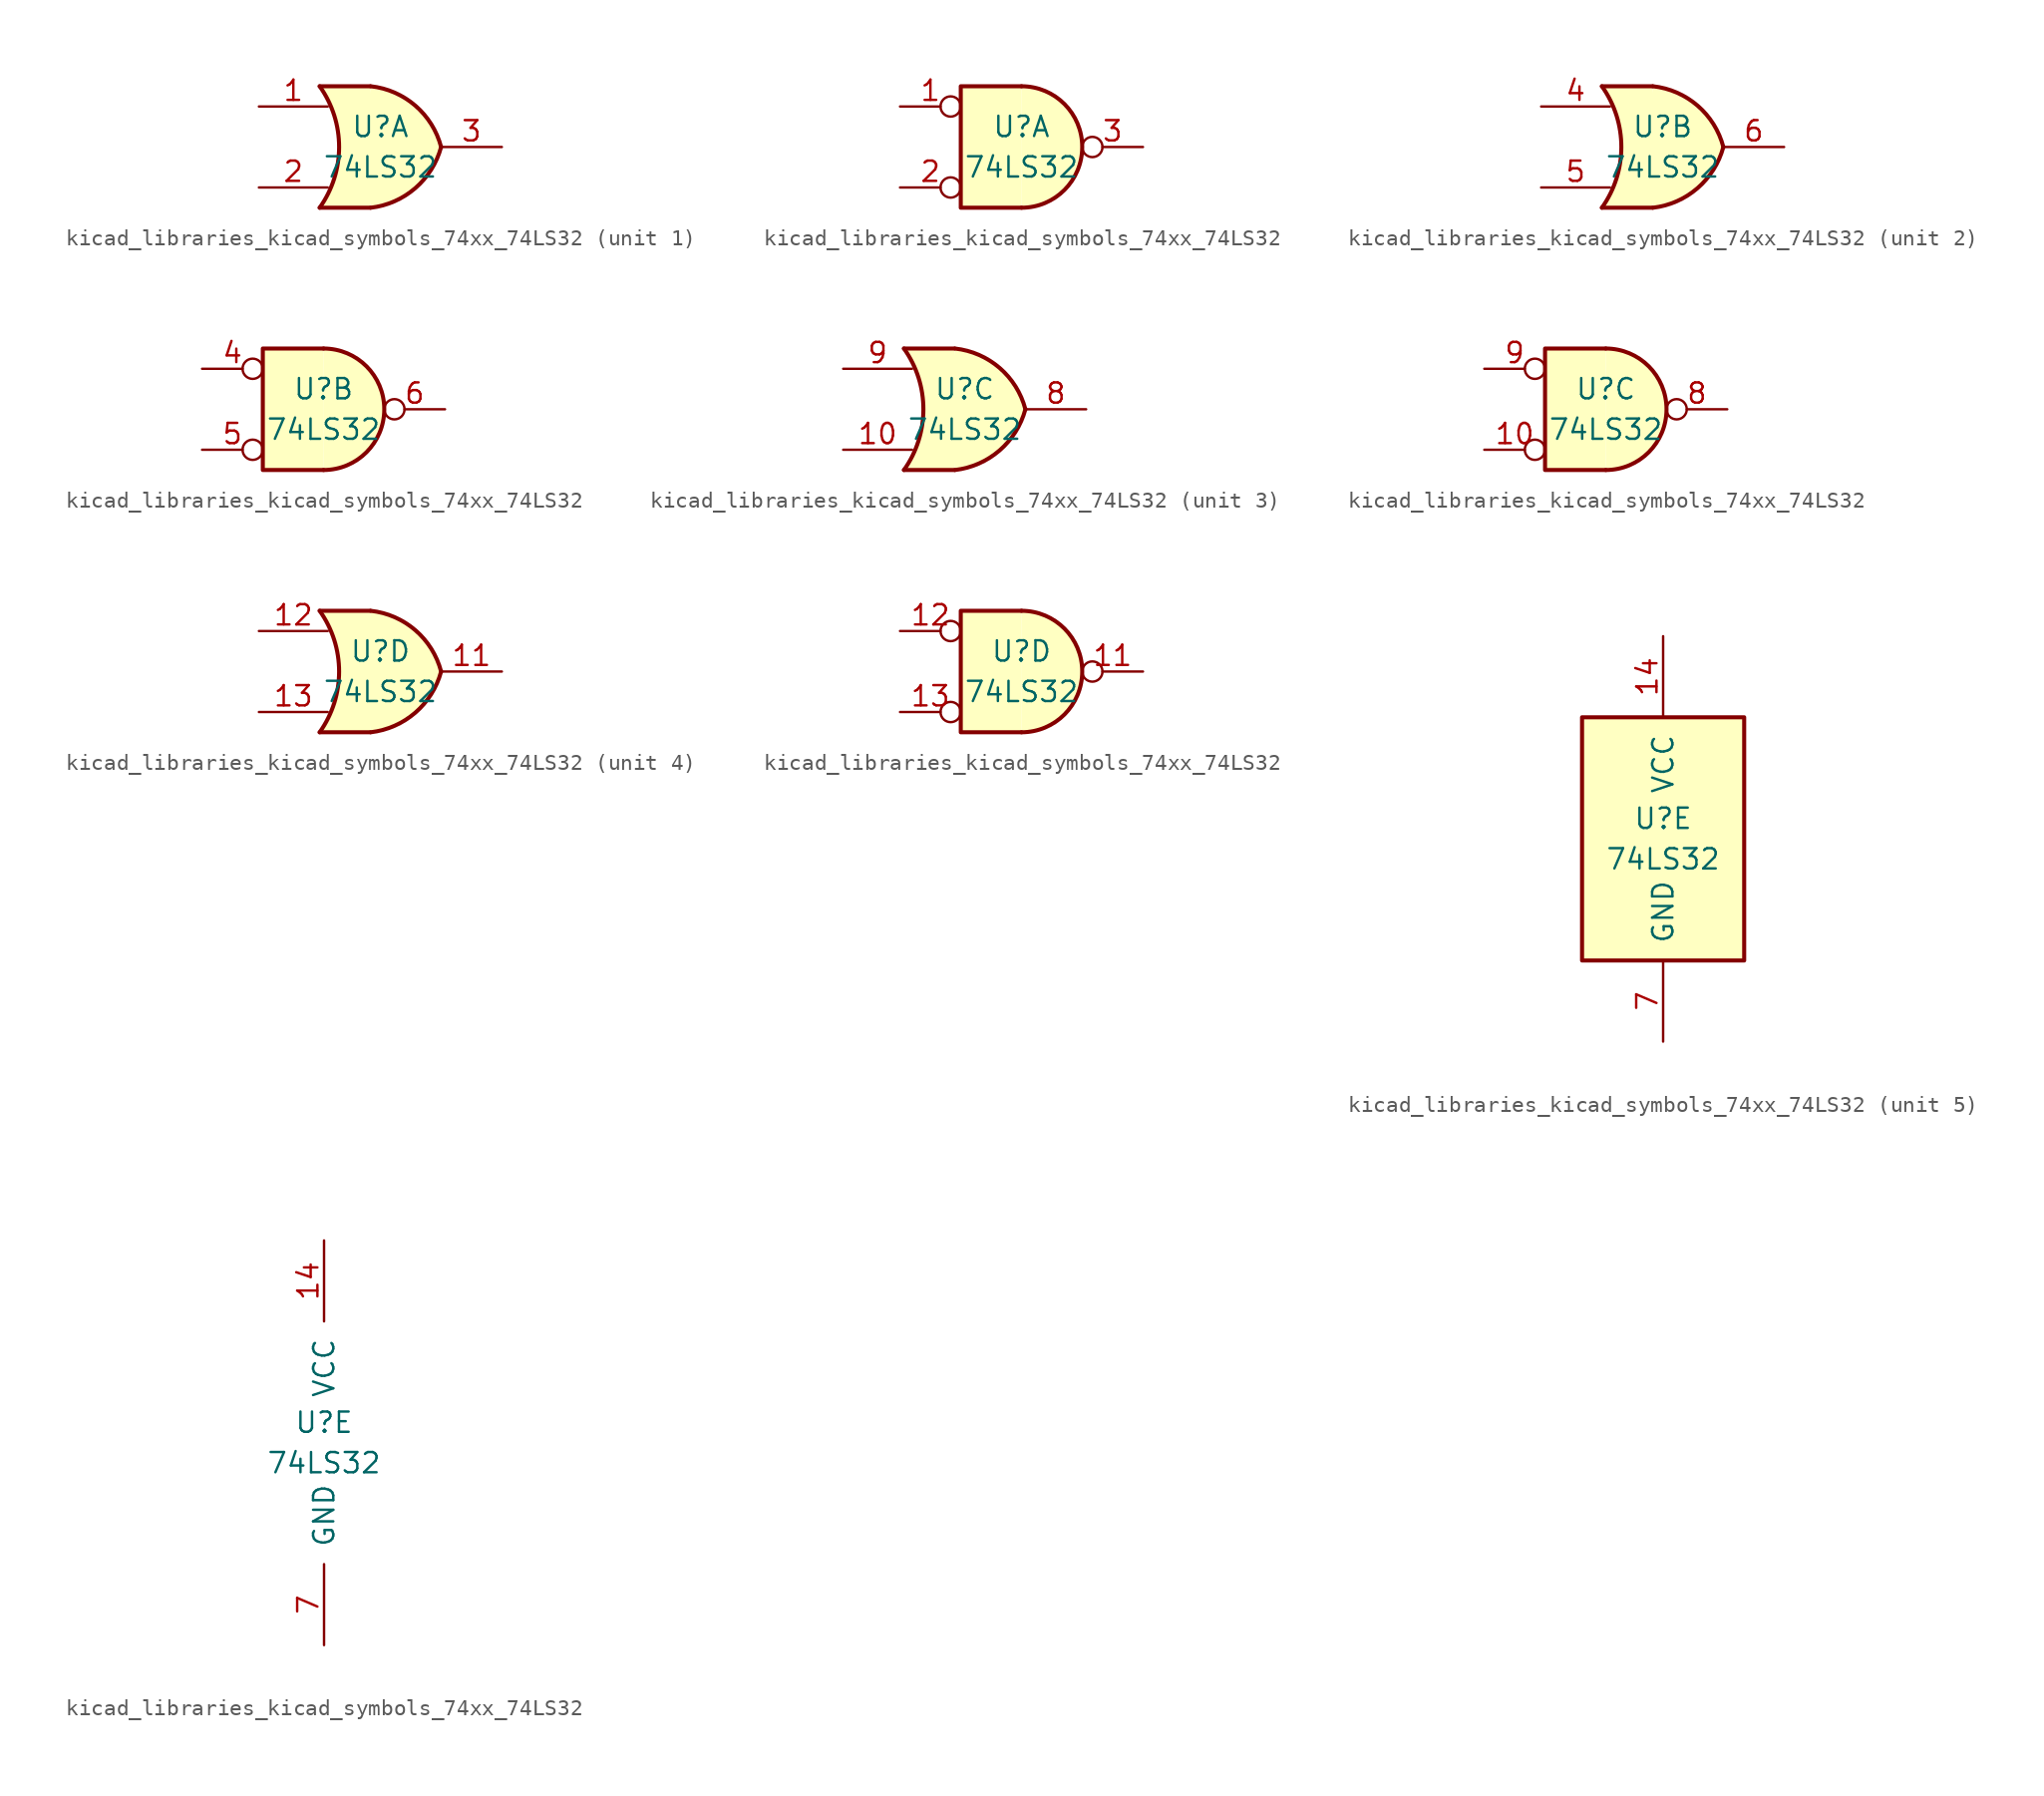
<source format=kicad_sym>
(kicad_symbol_lib
  (version 20220914)
  (generator kicad_symbol_editor)
  (symbol "kicad_libraries_kicad_symbols_74xx_74LS32"
    (pin_names
      (offset 1.016))
    (property "Reference" "U"
      (at 0 1.27 0)
      (effects (font (size 1.27 1.27))))
    (property "Value" "74LS32"
      (at 0 -1.27 0)
      (effects (font (size 1.27 1.27))))
    (property "ki_locked" ""
      (at 0 0 0)
      (effects (font (size 1.27 1.27))))
    (symbol "kicad_libraries_kicad_symbols_74xx_74LS32_1_1"
      (arc (start -3.81 -3.81) (mid -2.589 0) (end -3.81 3.81) (stroke (width 0.254) (type default)) (fill (type none)))
      (arc (start -0.6096 -3.81) (mid 2.1842 -2.5851) (end 3.81 0) (stroke (width 0.254) (type default)) (fill (type background)))
      (polyline (pts (xy -3.81 -3.81) (xy -0.635 -3.81)) (stroke (width 0.254) (type default)) (fill (type background)))
      (polyline (pts (xy -3.81 3.81) (xy -0.635 3.81)) (stroke (width 0.254) (type default)) (fill (type background)))
      (polyline (pts (xy -0.635 3.81) (xy -3.81 3.81) (xy -3.81 3.81) (xy -3.556 3.404) (xy -3.023 2.261) (xy -2.692 1.041) (xy -2.616 -0.254) (xy -2.769 -1.499) (xy -3.175 -2.718) (xy -3.81 -3.81) (xy -3.81 -3.81) (xy -0.635 -3.81)) (stroke (width -25.4) (type default)) (fill (type background)))
      (arc (start 3.81 0) (mid 2.1915 2.5936) (end -0.6096 3.81) (stroke (width 0.254) (type default)) (fill (type background)))
      (pin input line (at -7.62 2.54 0) (length 4.318) (name "~" (effects (font (size 1.27 1.27)))) (number "1" (effects (font (size 1.27 1.27)))))
      (pin input line (at -7.62 -2.54 0) (length 4.318) (name "~" (effects (font (size 1.27 1.27)))) (number "2" (effects (font (size 1.27 1.27)))))
      (pin output line (at 7.62 0 180) (length 3.81) (name "~" (effects (font (size 1.27 1.27)))) (number "3" (effects (font (size 1.27 1.27))))))
    (symbol "kicad_libraries_kicad_symbols_74xx_74LS32_1_2"
      (arc (start 0 -3.81) (mid 3.7934 0) (end 0 3.81) (stroke (width 0.254) (type default)) (fill (type background)))
      (polyline (pts (xy 0 3.81) (xy -3.81 3.81) (xy -3.81 -3.81) (xy 0 -3.81)) (stroke (width 0.254) (type default)) (fill (type background)))
      (pin input inverted (at -7.62 2.54 0) (length 3.81) (name "~" (effects (font (size 1.27 1.27)))) (number "1" (effects (font (size 1.27 1.27)))))
      (pin input inverted (at -7.62 -2.54 0) (length 3.81) (name "~" (effects (font (size 1.27 1.27)))) (number "2" (effects (font (size 1.27 1.27)))))
      (pin output inverted (at 7.62 0 180) (length 3.81) (name "~" (effects (font (size 1.27 1.27)))) (number "3" (effects (font (size 1.27 1.27))))))
    (symbol "kicad_libraries_kicad_symbols_74xx_74LS32_2_1"
      (arc (start -3.81 -3.81) (mid -2.589 0) (end -3.81 3.81) (stroke (width 0.254) (type default)) (fill (type none)))
      (arc (start -0.6096 -3.81) (mid 2.1842 -2.5851) (end 3.81 0) (stroke (width 0.254) (type default)) (fill (type background)))
      (polyline (pts (xy -3.81 -3.81) (xy -0.635 -3.81)) (stroke (width 0.254) (type default)) (fill (type background)))
      (polyline (pts (xy -3.81 3.81) (xy -0.635 3.81)) (stroke (width 0.254) (type default)) (fill (type background)))
      (polyline (pts (xy -0.635 3.81) (xy -3.81 3.81) (xy -3.81 3.81) (xy -3.556 3.404) (xy -3.023 2.261) (xy -2.692 1.041) (xy -2.616 -0.254) (xy -2.769 -1.499) (xy -3.175 -2.718) (xy -3.81 -3.81) (xy -3.81 -3.81) (xy -0.635 -3.81)) (stroke (width -25.4) (type default)) (fill (type background)))
      (arc (start 3.81 0) (mid 2.1915 2.5936) (end -0.6096 3.81) (stroke (width 0.254) (type default)) (fill (type background)))
      (pin input line (at -7.62 2.54 0) (length 4.318) (name "~" (effects (font (size 1.27 1.27)))) (number "4" (effects (font (size 1.27 1.27)))))
      (pin input line (at -7.62 -2.54 0) (length 4.318) (name "~" (effects (font (size 1.27 1.27)))) (number "5" (effects (font (size 1.27 1.27)))))
      (pin output line (at 7.62 0 180) (length 3.81) (name "~" (effects (font (size 1.27 1.27)))) (number "6" (effects (font (size 1.27 1.27))))))
    (symbol "kicad_libraries_kicad_symbols_74xx_74LS32_2_2"
      (arc (start 0 -3.81) (mid 3.7934 0) (end 0 3.81) (stroke (width 0.254) (type default)) (fill (type background)))
      (polyline (pts (xy 0 3.81) (xy -3.81 3.81) (xy -3.81 -3.81) (xy 0 -3.81)) (stroke (width 0.254) (type default)) (fill (type background)))
      (pin input inverted (at -7.62 2.54 0) (length 3.81) (name "~" (effects (font (size 1.27 1.27)))) (number "4" (effects (font (size 1.27 1.27)))))
      (pin input inverted (at -7.62 -2.54 0) (length 3.81) (name "~" (effects (font (size 1.27 1.27)))) (number "5" (effects (font (size 1.27 1.27)))))
      (pin output inverted (at 7.62 0 180) (length 3.81) (name "~" (effects (font (size 1.27 1.27)))) (number "6" (effects (font (size 1.27 1.27))))))
    (symbol "kicad_libraries_kicad_symbols_74xx_74LS32_3_1"
      (arc (start -3.81 -3.81) (mid -2.589 0) (end -3.81 3.81) (stroke (width 0.254) (type default)) (fill (type none)))
      (arc (start -0.6096 -3.81) (mid 2.1842 -2.5851) (end 3.81 0) (stroke (width 0.254) (type default)) (fill (type background)))
      (polyline (pts (xy -3.81 -3.81) (xy -0.635 -3.81)) (stroke (width 0.254) (type default)) (fill (type background)))
      (polyline (pts (xy -3.81 3.81) (xy -0.635 3.81)) (stroke (width 0.254) (type default)) (fill (type background)))
      (polyline (pts (xy -0.635 3.81) (xy -3.81 3.81) (xy -3.81 3.81) (xy -3.556 3.404) (xy -3.023 2.261) (xy -2.692 1.041) (xy -2.616 -0.254) (xy -2.769 -1.499) (xy -3.175 -2.718) (xy -3.81 -3.81) (xy -3.81 -3.81) (xy -0.635 -3.81)) (stroke (width -25.4) (type default)) (fill (type background)))
      (arc (start 3.81 0) (mid 2.1915 2.5936) (end -0.6096 3.81) (stroke (width 0.254) (type default)) (fill (type background)))
      (pin input line (at -7.62 -2.54 0) (length 4.318) (name "~" (effects (font (size 1.27 1.27)))) (number "10" (effects (font (size 1.27 1.27)))))
      (pin output line (at 7.62 0 180) (length 3.81) (name "~" (effects (font (size 1.27 1.27)))) (number "8" (effects (font (size 1.27 1.27)))))
      (pin input line (at -7.62 2.54 0) (length 4.318) (name "~" (effects (font (size 1.27 1.27)))) (number "9" (effects (font (size 1.27 1.27))))))
    (symbol "kicad_libraries_kicad_symbols_74xx_74LS32_3_2"
      (arc (start 0 -3.81) (mid 3.7934 0) (end 0 3.81) (stroke (width 0.254) (type default)) (fill (type background)))
      (polyline (pts (xy 0 3.81) (xy -3.81 3.81) (xy -3.81 -3.81) (xy 0 -3.81)) (stroke (width 0.254) (type default)) (fill (type background)))
      (pin input inverted (at -7.62 -2.54 0) (length 3.81) (name "~" (effects (font (size 1.27 1.27)))) (number "10" (effects (font (size 1.27 1.27)))))
      (pin output inverted (at 7.62 0 180) (length 3.81) (name "~" (effects (font (size 1.27 1.27)))) (number "8" (effects (font (size 1.27 1.27)))))
      (pin input inverted (at -7.62 2.54 0) (length 3.81) (name "~" (effects (font (size 1.27 1.27)))) (number "9" (effects (font (size 1.27 1.27))))))
    (symbol "kicad_libraries_kicad_symbols_74xx_74LS32_4_1"
      (arc (start -3.81 -3.81) (mid -2.589 0) (end -3.81 3.81) (stroke (width 0.254) (type default)) (fill (type none)))
      (arc (start -0.6096 -3.81) (mid 2.1842 -2.5851) (end 3.81 0) (stroke (width 0.254) (type default)) (fill (type background)))
      (polyline (pts (xy -3.81 -3.81) (xy -0.635 -3.81)) (stroke (width 0.254) (type default)) (fill (type background)))
      (polyline (pts (xy -3.81 3.81) (xy -0.635 3.81)) (stroke (width 0.254) (type default)) (fill (type background)))
      (polyline (pts (xy -0.635 3.81) (xy -3.81 3.81) (xy -3.81 3.81) (xy -3.556 3.404) (xy -3.023 2.261) (xy -2.692 1.041) (xy -2.616 -0.254) (xy -2.769 -1.499) (xy -3.175 -2.718) (xy -3.81 -3.81) (xy -3.81 -3.81) (xy -0.635 -3.81)) (stroke (width -25.4) (type default)) (fill (type background)))
      (arc (start 3.81 0) (mid 2.1915 2.5936) (end -0.6096 3.81) (stroke (width 0.254) (type default)) (fill (type background)))
      (pin output line (at 7.62 0 180) (length 3.81) (name "~" (effects (font (size 1.27 1.27)))) (number "11" (effects (font (size 1.27 1.27)))))
      (pin input line (at -7.62 2.54 0) (length 4.318) (name "~" (effects (font (size 1.27 1.27)))) (number "12" (effects (font (size 1.27 1.27)))))
      (pin input line (at -7.62 -2.54 0) (length 4.318) (name "~" (effects (font (size 1.27 1.27)))) (number "13" (effects (font (size 1.27 1.27))))))
    (symbol "kicad_libraries_kicad_symbols_74xx_74LS32_4_2"
      (arc (start 0 -3.81) (mid 3.7934 0) (end 0 3.81) (stroke (width 0.254) (type default)) (fill (type background)))
      (polyline (pts (xy 0 3.81) (xy -3.81 3.81) (xy -3.81 -3.81) (xy 0 -3.81)) (stroke (width 0.254) (type default)) (fill (type background)))
      (pin output inverted (at 7.62 0 180) (length 3.81) (name "~" (effects (font (size 1.27 1.27)))) (number "11" (effects (font (size 1.27 1.27)))))
      (pin input inverted (at -7.62 2.54 0) (length 3.81) (name "~" (effects (font (size 1.27 1.27)))) (number "12" (effects (font (size 1.27 1.27)))))
      (pin input inverted (at -7.62 -2.54 0) (length 3.81) (name "~" (effects (font (size 1.27 1.27)))) (number "13" (effects (font (size 1.27 1.27))))))
    (symbol "kicad_libraries_kicad_symbols_74xx_74LS32_5_0"
      (pin power_in line (at 0 12.7 270) (length 5.08) (name "VCC" (effects (font (size 1.27 1.27)))) (number "14" (effects (font (size 1.27 1.27)))))
      (pin power_in line (at 0 -12.7 90) (length 5.08) (name "GND" (effects (font (size 1.27 1.27)))) (number "7" (effects (font (size 1.27 1.27))))))
    (symbol "kicad_libraries_kicad_symbols_74xx_74LS32_5_1"
      (rectangle (start -5.08 7.62) (end 5.08 -7.62) (stroke (width 0.254) (type default)) (fill (type background))))))
</source>
